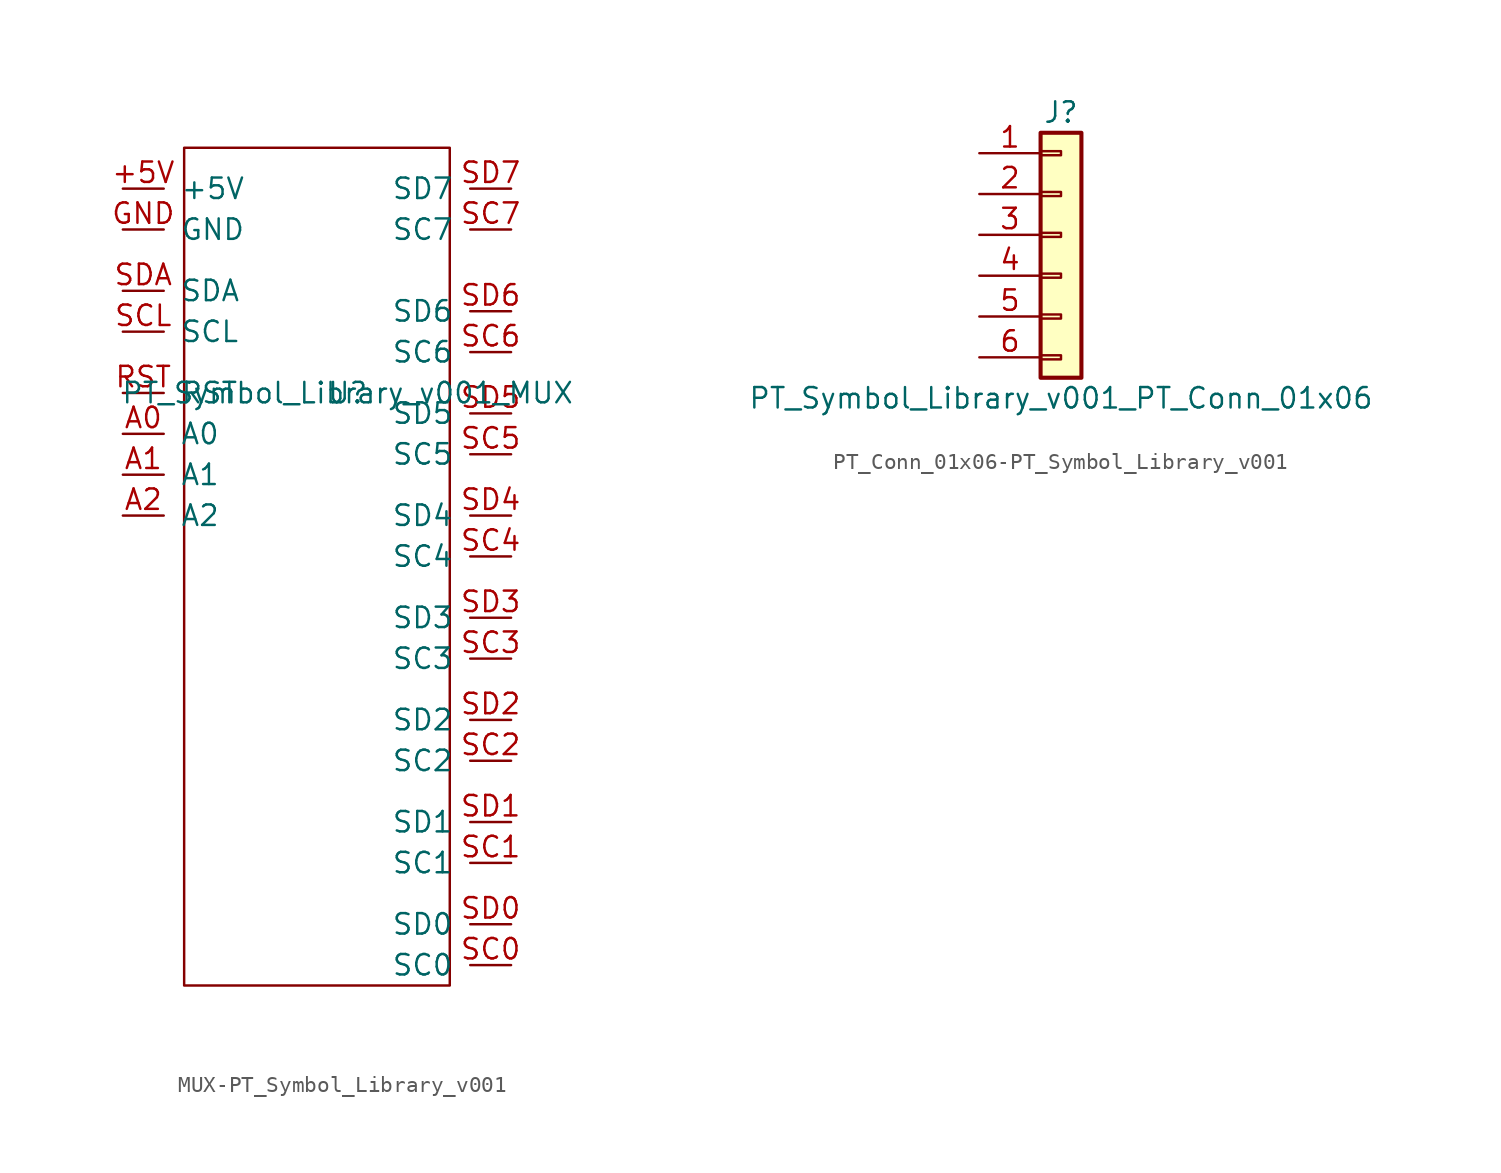
<source format=kicad_sym>
(kicad_symbol_lib
  (version 20231120)
  (generator "kicad_symbol_editor")
  (generator_version "8.0")
  (symbol "MUX-PT_Symbol_Library_v001"
    (pin_names
      (offset 1.016))
    (property "Reference" "U"
      (at 0 0 0)
      (effects (font (size 1.27 1.27))))
    (property "Value" "PT_Symbol_Library_v001_MUX"
      (at 0 0 0)
      (effects (font (size 1.27 1.27))))
    (symbol "MUX-PT_Symbol_Library_v001_0_1"
      (rectangle (start -10.16 15.24) (end 6.35 -36.83) (stroke (width 0) (type solid)) (fill (type none))))
    (symbol "MUX-PT_Symbol_Library_v001_1_1"
      (pin input line (at -13.97 12.7 0) (length 2.54) (name "+5V" (effects (font (size 1.27 1.27)))) (number "+5V" (effects (font (size 1.27 1.27)))))
      (pin output line (at -13.97 -2.54 0) (length 2.54) (name "A0" (effects (font (size 1.27 1.27)))) (number "A0" (effects (font (size 1.27 1.27)))))
      (pin output line (at -13.97 -5.08 0) (length 2.54) (name "A1" (effects (font (size 1.27 1.27)))) (number "A1" (effects (font (size 1.27 1.27)))))
      (pin output line (at -13.97 -7.62 0) (length 2.54) (name "A2" (effects (font (size 1.27 1.27)))) (number "A2" (effects (font (size 1.27 1.27)))))
      (pin output line (at -13.97 10.16 0) (length 2.54) (name "GND" (effects (font (size 1.27 1.27)))) (number "GND" (effects (font (size 1.27 1.27)))))
      (pin output line (at -13.97 0 0) (length 2.54) (name "RST" (effects (font (size 1.27 1.27)))) (number "RST" (effects (font (size 1.27 1.27)))))
      (pin output line (at 10.16 -35.56 180) (length 2.54) (name "SC0" (effects (font (size 1.27 1.27)))) (number "SC0" (effects (font (size 1.27 1.27)))))
      (pin output line (at 10.16 -29.21 180) (length 2.54) (name "SC1" (effects (font (size 1.27 1.27)))) (number "SC1" (effects (font (size 1.27 1.27)))))
      (pin output line (at 10.16 -22.86 180) (length 2.54) (name "SC2" (effects (font (size 1.27 1.27)))) (number "SC2" (effects (font (size 1.27 1.27)))))
      (pin output line (at 10.16 -16.51 180) (length 2.54) (name "SC3" (effects (font (size 1.27 1.27)))) (number "SC3" (effects (font (size 1.27 1.27)))))
      (pin output line (at 10.16 -10.16 180) (length 2.54) (name "SC4" (effects (font (size 1.27 1.27)))) (number "SC4" (effects (font (size 1.27 1.27)))))
      (pin output line (at 10.16 -3.81 180) (length 2.54) (name "SC5" (effects (font (size 1.27 1.27)))) (number "SC5" (effects (font (size 1.27 1.27)))))
      (pin output line (at 10.16 2.54 180) (length 2.54) (name "SC6" (effects (font (size 1.27 1.27)))) (number "SC6" (effects (font (size 1.27 1.27)))))
      (pin output line (at 10.16 10.16 180) (length 2.54) (name "SC7" (effects (font (size 1.27 1.27)))) (number "SC7" (effects (font (size 1.27 1.27)))))
      (pin output line (at -13.97 3.81 0) (length 2.54) (name "SCL" (effects (font (size 1.27 1.27)))) (number "SCL" (effects (font (size 1.27 1.27)))))
      (pin output line (at 10.16 -33.02 180) (length 2.54) (name "SD0" (effects (font (size 1.27 1.27)))) (number "SD0" (effects (font (size 1.27 1.27)))))
      (pin output line (at 10.16 -26.67 180) (length 2.54) (name "SD1" (effects (font (size 1.27 1.27)))) (number "SD1" (effects (font (size 1.27 1.27)))))
      (pin output line (at 10.16 -20.32 180) (length 2.54) (name "SD2" (effects (font (size 1.27 1.27)))) (number "SD2" (effects (font (size 1.27 1.27)))))
      (pin output line (at 10.16 -13.97 180) (length 2.54) (name "SD3" (effects (font (size 1.27 1.27)))) (number "SD3" (effects (font (size 1.27 1.27)))))
      (pin output line (at 10.16 -7.62 180) (length 2.54) (name "SD4" (effects (font (size 1.27 1.27)))) (number "SD4" (effects (font (size 1.27 1.27)))))
      (pin output line (at 10.16 -1.27 180) (length 2.54) (name "SD5" (effects (font (size 1.27 1.27)))) (number "SD5" (effects (font (size 1.27 1.27)))))
      (pin output line (at 10.16 5.08 180) (length 2.54) (name "SD6" (effects (font (size 1.27 1.27)))) (number "SD6" (effects (font (size 1.27 1.27)))))
      (pin output line (at 10.16 12.7 180) (length 2.54) (name "SD7" (effects (font (size 1.27 1.27)))) (number "SD7" (effects (font (size 1.27 1.27)))))
      (pin output line (at -13.97 6.35 0) (length 2.54) (name "SDA" (effects (font (size 1.27 1.27)))) (number "SDA" (effects (font (size 1.27 1.27)))))))
  (symbol "PT_Conn_01x06-PT_Symbol_Library_v001"
    (pin_names
      (offset 1.016) hide)
    (property "Reference" "J"
      (at 0 7.62 0)
      (effects (font (size 1.27 1.27))))
    (property "Value" "PT_Symbol_Library_v001_PT_Conn_01x06"
      (at 0 -10.16 0)
      (effects (font (size 1.27 1.27))))
    (symbol "PT_Conn_01x06-PT_Symbol_Library_v001_1_1"
      (rectangle (start -1.27 -7.493) (end 0 -7.747) (stroke (width 0.152) (type solid)) (fill (type none)))
      (rectangle (start -1.27 -4.953) (end 0 -5.207) (stroke (width 0.152) (type solid)) (fill (type none)))
      (rectangle (start -1.27 -2.413) (end 0 -2.667) (stroke (width 0.152) (type solid)) (fill (type none)))
      (rectangle (start -1.27 0.127) (end 0 -0.127) (stroke (width 0.152) (type solid)) (fill (type none)))
      (rectangle (start -1.27 2.667) (end 0 2.413) (stroke (width 0.152) (type solid)) (fill (type none)))
      (rectangle (start -1.27 5.207) (end 0 4.953) (stroke (width 0.152) (type solid)) (fill (type none)))
      (rectangle (start -1.27 6.35) (end 1.27 -8.89) (stroke (width 0.254) (type solid)) (fill (type background)))
      (pin passive line (at -5.08 5.08 0) (length 3.81) (name "Pin_1" (effects (font (size 1.27 1.27)))) (number "1" (effects (font (size 1.27 1.27)))))
      (pin passive line (at -5.08 2.54 0) (length 3.81) (name "Pin_2" (effects (font (size 1.27 1.27)))) (number "2" (effects (font (size 1.27 1.27)))))
      (pin passive line (at -5.08 0 0) (length 3.81) (name "Pin_3" (effects (font (size 1.27 1.27)))) (number "3" (effects (font (size 1.27 1.27)))))
      (pin passive line (at -5.08 -2.54 0) (length 3.81) (name "Pin_4" (effects (font (size 1.27 1.27)))) (number "4" (effects (font (size 1.27 1.27)))))
      (pin passive line (at -5.08 -5.08 0) (length 3.81) (name "Pin_5" (effects (font (size 1.27 1.27)))) (number "5" (effects (font (size 1.27 1.27)))))
      (pin passive line (at -5.08 -7.62 0) (length 3.81) (name "Pin_6" (effects (font (size 1.27 1.27)))) (number "6" (effects (font (size 1.27 1.27))))))))
</source>
